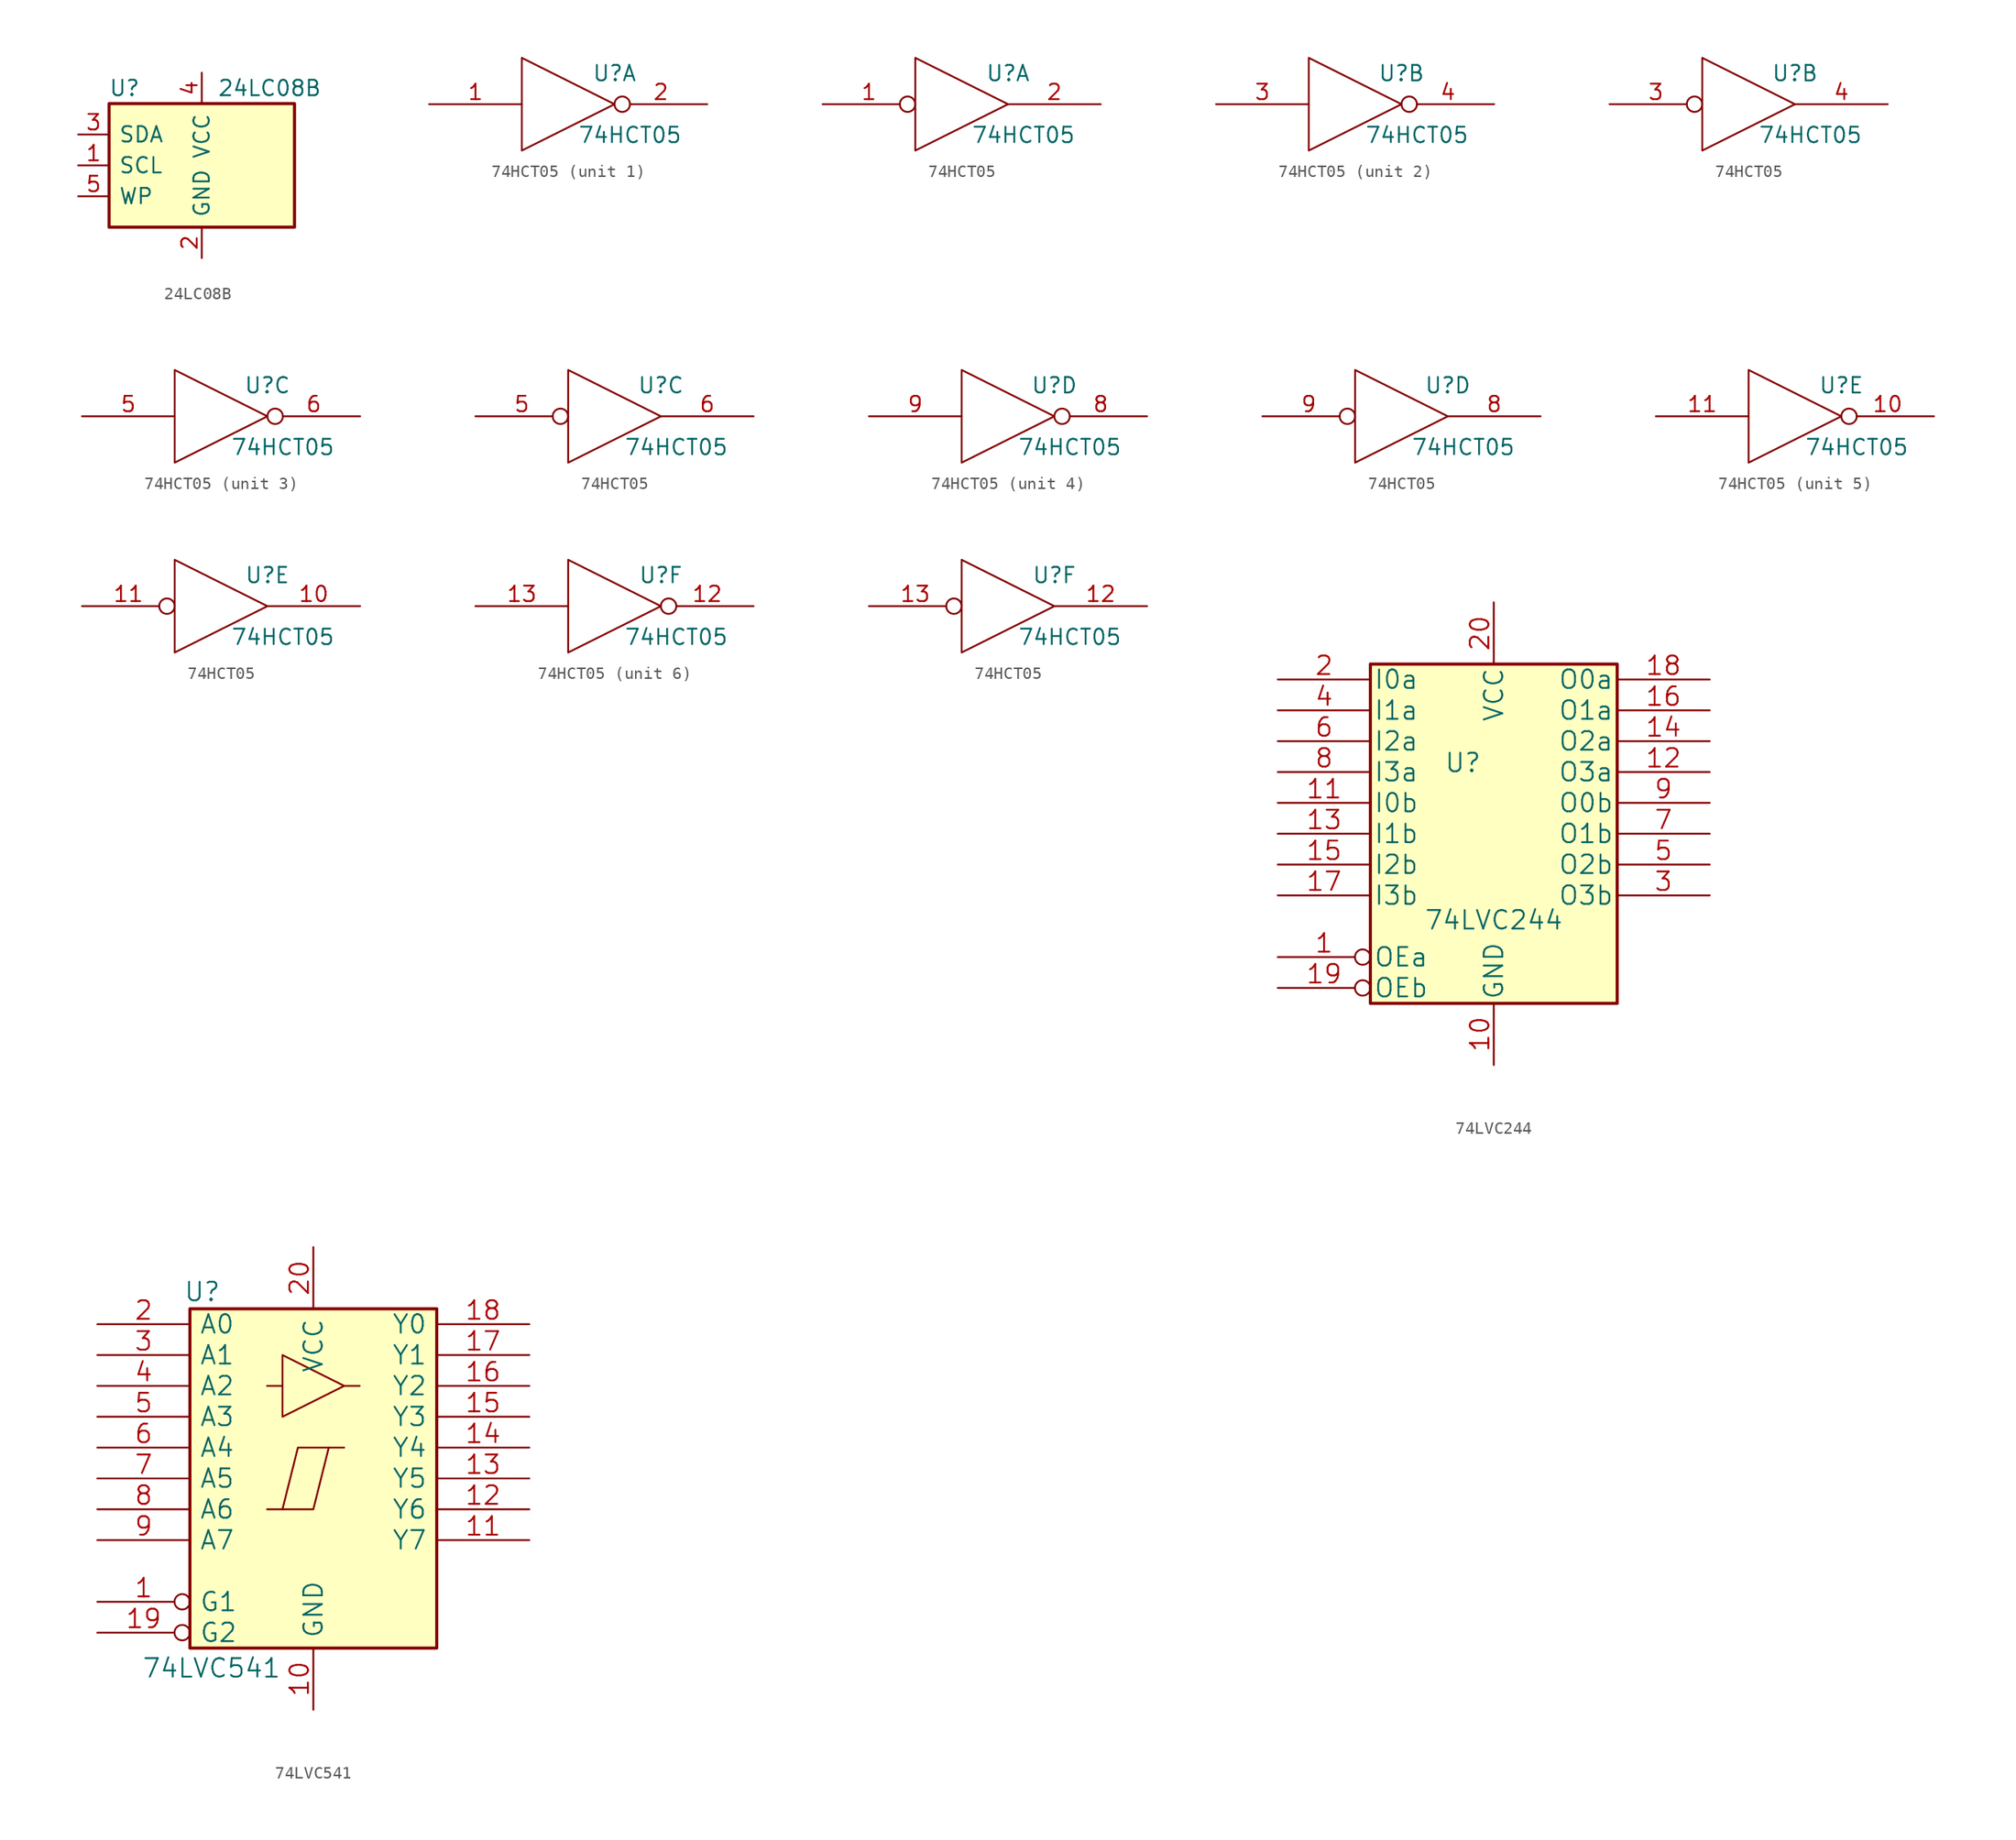
<source format=kicad_sym>
(kicad_symbol_lib
  (version 20231120)
  (generator "kicad_symbol_editor")
  (generator_version "8.0")
  (symbol "24LC08B"
    (pin_names
      (offset 0.762))
    (property "Reference" "U"
      (at -6.35 6.35 0)
      (effects (font (size 1.27 1.27))))
    (property "Value" "24LC08B"
      (at 1.27 6.35 0)
      (effects (font (size 1.27 1.27)) (justify left)))
    (symbol "24LC08B_0_0"
      (pin power_in line (at 0 -7.62 90) (length 2.54) (name "GND" (effects (font (size 1.27 1.27)))) (number "2" (effects (font (size 1.27 1.27)))))
      (pin power_in line (at 0 7.62 270) (length 2.54) (name "VCC" (effects (font (size 1.27 1.27)))) (number "4" (effects (font (size 1.27 1.27))))))
    (symbol "24LC08B_1_1"
      (rectangle (start -7.62 5.08) (end 7.62 -5.08) (stroke (width 0.254) (type solid)) (fill (type background)))
      (pin input line (at -10.16 0 0) (length 2.54) (name "SCL" (effects (font (size 1.27 1.27)))) (number "1" (effects (font (size 1.27 1.27)))))
      (pin bidirectional line (at -10.16 2.54 0) (length 2.54) (name "SDA" (effects (font (size 1.27 1.27)))) (number "3" (effects (font (size 1.27 1.27)))))
      (pin input line (at -10.16 -2.54 0) (length 2.54) (name "WP" (effects (font (size 1.27 1.27)))) (number "5" (effects (font (size 1.27 1.27)))))))
  (symbol "74HCT05"
    (pin_names
      (offset 0.762))
    (property "Reference" "U"
      (at 3.81 2.54 0)
      (effects (font (size 1.27 1.27))))
    (property "Value" "74HCT05"
      (at 5.08 -2.54 0)
      (effects (font (size 1.27 1.27))))
    (symbol "74HCT05_0_0"
      (polyline (pts (xy -3.81 3.81) (xy -3.81 -3.81) (xy 3.81 0) (xy -3.81 3.81)) (stroke (width 0) (type solid)) (fill (type none)))
      (pin power_in line (at -1.27 2.54 270) (length 0) hide (name "VCC" (effects (font (size 0.508 0.508)))) (number "14" (effects (font (size 0.762 0.762)))))
      (pin power_in line (at -1.27 -2.54 90) (length 0) hide (name "GND" (effects (font (size 0.508 0.508)))) (number "7" (effects (font (size 0.762 0.762))))))
    (symbol "74HCT05_1_1"
      (pin input line (at -11.43 0 0) (length 7.62) (name "~" (effects (font (size 1.27 1.27)))) (number "1" (effects (font (size 1.27 1.27)))))
      (pin open_collector inverted (at 11.43 0 180) (length 7.62) (name "~" (effects (font (size 1.27 1.27)))) (number "2" (effects (font (size 1.27 1.27))))))
    (symbol "74HCT05_1_2"
      (pin input inverted (at -11.43 0 0) (length 7.62) (name "~" (effects (font (size 1.27 1.27)))) (number "1" (effects (font (size 1.27 1.27)))))
      (pin open_collector line (at 11.43 0 180) (length 7.62) (name "~" (effects (font (size 1.27 1.27)))) (number "2" (effects (font (size 1.27 1.27))))))
    (symbol "74HCT05_2_1"
      (pin input line (at -11.43 0 0) (length 7.62) (name "~" (effects (font (size 1.27 1.27)))) (number "3" (effects (font (size 1.27 1.27)))))
      (pin open_collector inverted (at 11.43 0 180) (length 7.62) (name "~" (effects (font (size 1.27 1.27)))) (number "4" (effects (font (size 1.27 1.27))))))
    (symbol "74HCT05_2_2"
      (pin input inverted (at -11.43 0 0) (length 7.62) (name "~" (effects (font (size 1.27 1.27)))) (number "3" (effects (font (size 1.27 1.27)))))
      (pin open_collector line (at 11.43 0 180) (length 7.62) (name "~" (effects (font (size 1.27 1.27)))) (number "4" (effects (font (size 1.27 1.27))))))
    (symbol "74HCT05_3_1"
      (pin input line (at -11.43 0 0) (length 7.62) (name "~" (effects (font (size 1.27 1.27)))) (number "5" (effects (font (size 1.27 1.27)))))
      (pin open_collector inverted (at 11.43 0 180) (length 7.62) (name "~" (effects (font (size 1.27 1.27)))) (number "6" (effects (font (size 1.27 1.27))))))
    (symbol "74HCT05_3_2"
      (pin input inverted (at -11.43 0 0) (length 7.62) (name "~" (effects (font (size 1.27 1.27)))) (number "5" (effects (font (size 1.27 1.27)))))
      (pin open_collector line (at 11.43 0 180) (length 7.62) (name "~" (effects (font (size 1.27 1.27)))) (number "6" (effects (font (size 1.27 1.27))))))
    (symbol "74HCT05_4_1"
      (pin open_collector inverted (at 11.43 0 180) (length 7.62) (name "~" (effects (font (size 1.27 1.27)))) (number "8" (effects (font (size 1.27 1.27)))))
      (pin input line (at -11.43 0 0) (length 7.62) (name "~" (effects (font (size 1.27 1.27)))) (number "9" (effects (font (size 1.27 1.27))))))
    (symbol "74HCT05_4_2"
      (pin open_collector line (at 11.43 0 180) (length 7.62) (name "~" (effects (font (size 1.27 1.27)))) (number "8" (effects (font (size 1.27 1.27)))))
      (pin input inverted (at -11.43 0 0) (length 7.62) (name "~" (effects (font (size 1.27 1.27)))) (number "9" (effects (font (size 1.27 1.27))))))
    (symbol "74HCT05_5_1"
      (pin open_collector inverted (at 11.43 0 180) (length 7.62) (name "~" (effects (font (size 1.27 1.27)))) (number "10" (effects (font (size 1.27 1.27)))))
      (pin input line (at -11.43 0 0) (length 7.62) (name "~" (effects (font (size 1.27 1.27)))) (number "11" (effects (font (size 1.27 1.27))))))
    (symbol "74HCT05_5_2"
      (pin open_collector line (at 11.43 0 180) (length 7.62) (name "~" (effects (font (size 1.27 1.27)))) (number "10" (effects (font (size 1.27 1.27)))))
      (pin input inverted (at -11.43 0 0) (length 7.62) (name "~" (effects (font (size 1.27 1.27)))) (number "11" (effects (font (size 1.27 1.27))))))
    (symbol "74HCT05_6_1"
      (pin open_collector inverted (at 11.43 0 180) (length 7.62) (name "~" (effects (font (size 1.27 1.27)))) (number "12" (effects (font (size 1.27 1.27)))))
      (pin input line (at -11.43 0 0) (length 7.62) (name "~" (effects (font (size 1.27 1.27)))) (number "13" (effects (font (size 1.27 1.27))))))
    (symbol "74HCT05_6_2"
      (pin open_collector line (at 11.43 0 180) (length 7.62) (name "~" (effects (font (size 1.27 1.27)))) (number "12" (effects (font (size 1.27 1.27)))))
      (pin input inverted (at -11.43 0 0) (length 7.62) (name "~" (effects (font (size 1.27 1.27)))) (number "13" (effects (font (size 1.27 1.27)))))))
  (symbol "74LVC244"
    (pin_names
      (offset 0.254))
    (property "Reference" "U"
      (at -2.54 5.842 0)
      (effects (font (size 1.524 1.524))))
    (property "Value" "74LVC244"
      (at 0 -7.112 0)
      (effects (font (size 1.524 1.524))))
    (symbol "74LVC244_1_0"
      (pin power_in line (at 0 -19.05 90) (length 5.08) (name "GND" (effects (font (size 1.524 1.524)))) (number "10" (effects (font (size 1.524 1.524)))))
      (pin power_in line (at 0 19.05 270) (length 5.08) (name "VCC" (effects (font (size 1.524 1.524)))) (number "20" (effects (font (size 1.524 1.524))))))
    (symbol "74LVC244_1_1"
      (rectangle (start -10.16 13.97) (end 10.16 -13.97) (stroke (width 0.254) (type solid)) (fill (type background)))
      (pin input inverted (at -17.78 -10.16 0) (length 7.62) (name "OEa" (effects (font (size 1.524 1.524)))) (number "1" (effects (font (size 1.524 1.524)))))
      (pin input line (at -17.78 2.54 0) (length 7.62) (name "I0b" (effects (font (size 1.524 1.524)))) (number "11" (effects (font (size 1.524 1.524)))))
      (pin tri_state line (at 17.78 5.08 180) (length 7.62) (name "O3a" (effects (font (size 1.524 1.524)))) (number "12" (effects (font (size 1.524 1.524)))))
      (pin input line (at -17.78 0 0) (length 7.62) (name "I1b" (effects (font (size 1.524 1.524)))) (number "13" (effects (font (size 1.524 1.524)))))
      (pin tri_state line (at 17.78 7.62 180) (length 7.62) (name "O2a" (effects (font (size 1.524 1.524)))) (number "14" (effects (font (size 1.524 1.524)))))
      (pin input line (at -17.78 -2.54 0) (length 7.62) (name "I2b" (effects (font (size 1.524 1.524)))) (number "15" (effects (font (size 1.524 1.524)))))
      (pin tri_state line (at 17.78 10.16 180) (length 7.62) (name "O1a" (effects (font (size 1.524 1.524)))) (number "16" (effects (font (size 1.524 1.524)))))
      (pin input line (at -17.78 -5.08 0) (length 7.62) (name "I3b" (effects (font (size 1.524 1.524)))) (number "17" (effects (font (size 1.524 1.524)))))
      (pin tri_state line (at 17.78 12.7 180) (length 7.62) (name "O0a" (effects (font (size 1.524 1.524)))) (number "18" (effects (font (size 1.524 1.524)))))
      (pin input inverted (at -17.78 -12.7 0) (length 7.62) (name "OEb" (effects (font (size 1.524 1.524)))) (number "19" (effects (font (size 1.524 1.524)))))
      (pin input line (at -17.78 12.7 0) (length 7.62) (name "I0a" (effects (font (size 1.524 1.524)))) (number "2" (effects (font (size 1.524 1.524)))))
      (pin tri_state line (at 17.78 -5.08 180) (length 7.62) (name "O3b" (effects (font (size 1.524 1.524)))) (number "3" (effects (font (size 1.524 1.524)))))
      (pin input line (at -17.78 10.16 0) (length 7.62) (name "I1a" (effects (font (size 1.524 1.524)))) (number "4" (effects (font (size 1.524 1.524)))))
      (pin tri_state line (at 17.78 -2.54 180) (length 7.62) (name "O2b" (effects (font (size 1.524 1.524)))) (number "5" (effects (font (size 1.524 1.524)))))
      (pin input line (at -17.78 7.62 0) (length 7.62) (name "I2a" (effects (font (size 1.524 1.524)))) (number "6" (effects (font (size 1.524 1.524)))))
      (pin tri_state line (at 17.78 0 180) (length 7.62) (name "O1b" (effects (font (size 1.524 1.524)))) (number "7" (effects (font (size 1.524 1.524)))))
      (pin input line (at -17.78 5.08 0) (length 7.62) (name "I3a" (effects (font (size 1.524 1.524)))) (number "8" (effects (font (size 1.524 1.524)))))
      (pin tri_state line (at 17.78 2.54 180) (length 7.62) (name "O0b" (effects (font (size 1.524 1.524)))) (number "9" (effects (font (size 1.524 1.524)))))))
  (symbol "74LVC541"
    (pin_names
      (offset 0.762))
    (property "Reference" "U"
      (at -9.144 14.478 0)
      (effects (font (size 1.524 1.524)) (justify bottom)))
    (property "Value" "74LVC541"
      (at -8.382 -14.732 0)
      (effects (font (size 1.524 1.524)) (justify top)))
    (symbol "74LVC541_0_1"
      (polyline (pts (xy -2.54 7.62) (xy -3.81 7.62)) (stroke (width 0) (type solid)) (fill (type none)))
      (polyline (pts (xy 2.54 7.62) (xy 3.81 7.62)) (stroke (width 0) (type solid)) (fill (type none)))
      (polyline (pts (xy 1.27 2.54) (xy 0 -2.54) (xy -2.54 -2.54)) (stroke (width 0) (type solid)) (fill (type none)))
      (polyline (pts (xy -2.54 10.16) (xy -2.54 5.08) (xy 2.54 7.62) (xy -2.54 10.16)) (stroke (width 0) (type solid)) (fill (type none)))
      (polyline (pts (xy 2.54 2.54) (xy -1.27 2.54) (xy -2.54 -2.54) (xy -3.81 -2.54)) (stroke (width 0) (type solid)) (fill (type none))))
    (symbol "74LVC541_1_0"
      (pin power_in line (at 0 -19.05 90) (length 5.08) (name "GND" (effects (font (size 1.524 1.524)))) (number "10" (effects (font (size 1.524 1.524)))))
      (pin power_in line (at 0 19.05 270) (length 5.08) (name "VCC" (effects (font (size 1.524 1.524)))) (number "20" (effects (font (size 1.524 1.524))))))
    (symbol "74LVC541_1_1"
      (rectangle (start -10.16 13.97) (end 10.16 -13.97) (stroke (width 0.254) (type solid)) (fill (type background)))
      (pin input inverted (at -17.78 -10.16 0) (length 7.62) (name "G1" (effects (font (size 1.524 1.524)))) (number "1" (effects (font (size 1.524 1.524)))))
      (pin tri_state line (at 17.78 -5.08 180) (length 7.62) (name "Y7" (effects (font (size 1.524 1.524)))) (number "11" (effects (font (size 1.524 1.524)))))
      (pin tri_state line (at 17.78 -2.54 180) (length 7.62) (name "Y6" (effects (font (size 1.524 1.524)))) (number "12" (effects (font (size 1.524 1.524)))))
      (pin tri_state line (at 17.78 0 180) (length 7.62) (name "Y5" (effects (font (size 1.524 1.524)))) (number "13" (effects (font (size 1.524 1.524)))))
      (pin tri_state line (at 17.78 2.54 180) (length 7.62) (name "Y4" (effects (font (size 1.524 1.524)))) (number "14" (effects (font (size 1.524 1.524)))))
      (pin tri_state line (at 17.78 5.08 180) (length 7.62) (name "Y3" (effects (font (size 1.524 1.524)))) (number "15" (effects (font (size 1.524 1.524)))))
      (pin tri_state line (at 17.78 7.62 180) (length 7.62) (name "Y2" (effects (font (size 1.524 1.524)))) (number "16" (effects (font (size 1.524 1.524)))))
      (pin tri_state line (at 17.78 10.16 180) (length 7.62) (name "Y1" (effects (font (size 1.524 1.524)))) (number "17" (effects (font (size 1.524 1.524)))))
      (pin tri_state line (at 17.78 12.7 180) (length 7.62) (name "Y0" (effects (font (size 1.524 1.524)))) (number "18" (effects (font (size 1.524 1.524)))))
      (pin input inverted (at -17.78 -12.7 0) (length 7.62) (name "G2" (effects (font (size 1.524 1.524)))) (number "19" (effects (font (size 1.524 1.524)))))
      (pin input line (at -17.78 12.7 0) (length 7.62) (name "A0" (effects (font (size 1.524 1.524)))) (number "2" (effects (font (size 1.524 1.524)))))
      (pin input line (at -17.78 10.16 0) (length 7.62) (name "A1" (effects (font (size 1.524 1.524)))) (number "3" (effects (font (size 1.524 1.524)))))
      (pin input line (at -17.78 7.62 0) (length 7.62) (name "A2" (effects (font (size 1.524 1.524)))) (number "4" (effects (font (size 1.524 1.524)))))
      (pin input line (at -17.78 5.08 0) (length 7.62) (name "A3" (effects (font (size 1.524 1.524)))) (number "5" (effects (font (size 1.524 1.524)))))
      (pin input line (at -17.78 2.54 0) (length 7.62) (name "A4" (effects (font (size 1.524 1.524)))) (number "6" (effects (font (size 1.524 1.524)))))
      (pin input line (at -17.78 0 0) (length 7.62) (name "A5" (effects (font (size 1.524 1.524)))) (number "7" (effects (font (size 1.524 1.524)))))
      (pin input line (at -17.78 -2.54 0) (length 7.62) (name "A6" (effects (font (size 1.524 1.524)))) (number "8" (effects (font (size 1.524 1.524)))))
      (pin input line (at -17.78 -5.08 0) (length 7.62) (name "A7" (effects (font (size 1.524 1.524)))) (number "9" (effects (font (size 1.524 1.524))))))))
</source>
